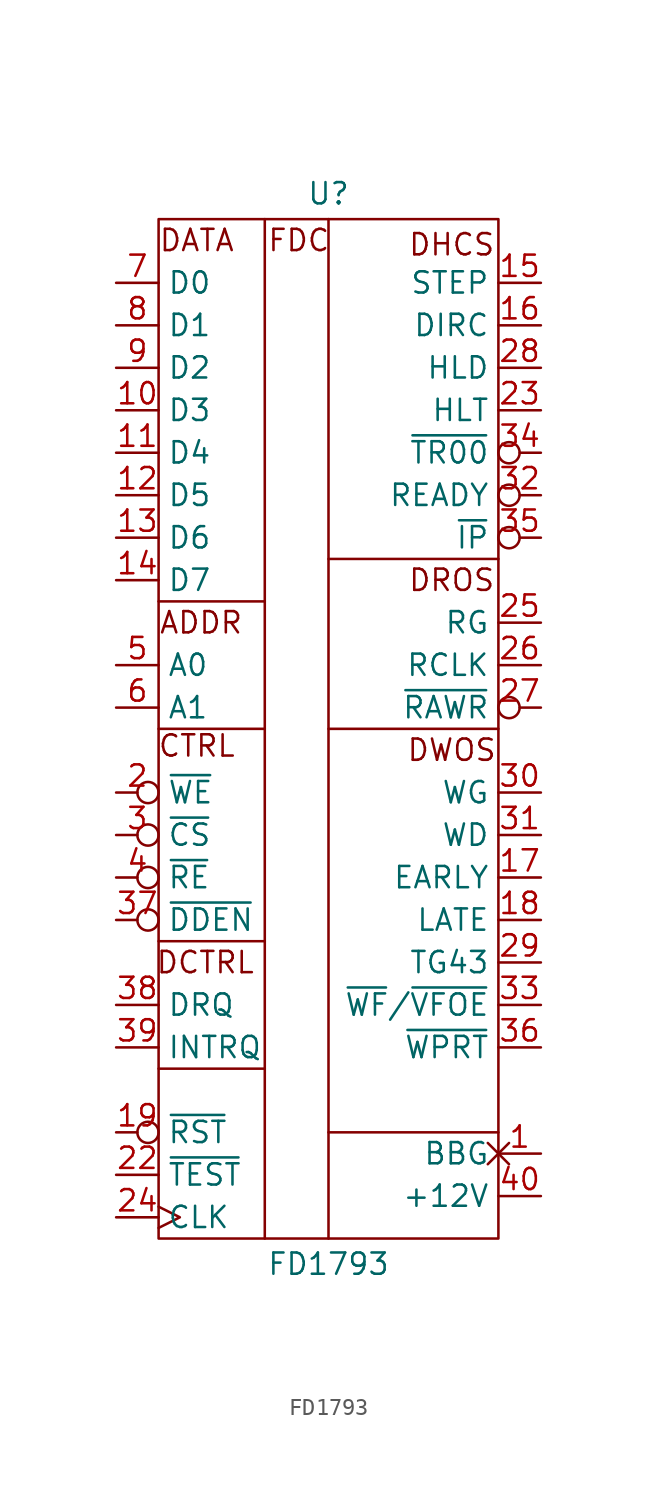
<source format=kicad_sym>
(kicad_symbol_lib
  (version 20231120)
  (generator "kicad_symbol_editor")
  (generator_version "8.0")
  (symbol "FD1793"
    (property "Reference" "U"
      (at 0 32.004 0)
      (effects (font (size 1.27 1.27))))
    (property "Value" "FD1793"
      (at 0 -32.004 0)
      (effects (font (size 1.27 1.27))))
    (symbol "FD1793_0_1"
      (rectangle (start -10.16 30.48) (end 10.16 -30.48) (stroke (width 0) (type default)) (fill (type none)))
      (polyline (pts (xy -10.16 -20.32) (xy -3.81 -20.32)) (stroke (width 0) (type default)) (fill (type none)))
      (polyline (pts (xy -10.16 -12.7) (xy -3.81 -12.7)) (stroke (width 0) (type default)) (fill (type none)))
      (polyline (pts (xy -10.16 0) (xy -3.81 0)) (stroke (width 0) (type default)) (fill (type none)))
      (polyline (pts (xy -10.16 7.62) (xy -3.81 7.62)) (stroke (width 0) (type default)) (fill (type none)))
      (polyline (pts (xy -8.89 -3.81) (xy -8.89 -3.81)) (stroke (width 0) (type default)) (fill (type none)))
      (polyline (pts (xy 10.16 -24.13) (xy 0 -24.13)) (stroke (width 0) (type default)) (fill (type none))))
    (symbol "FD1793_1_1"
      (polyline (pts (xy -3.81 -30.48) (xy -3.81 30.48)) (stroke (width 0) (type default)) (fill (type none)))
      (polyline (pts (xy 0 -30.48) (xy 0 30.48)) (stroke (width 0) (type default)) (fill (type none)))
      (polyline (pts (xy 10.16 0) (xy 0 0)) (stroke (width 0) (type default)) (fill (type none)))
      (polyline (pts (xy 10.16 10.16) (xy 0 10.16)) (stroke (width 0) (type default)) (fill (type none)))
      (text "ADDR" (at -7.62 6.35 0) (effects (font (size 1.27 1.27))))
      (text "CTRL" (at -7.874 -1.016 0) (effects (font (size 1.27 1.27))))
      (text "DATA" (at -7.874 29.21 0) (effects (font (size 1.27 1.27))))
      (text "DCTRL" (at -7.366 -13.97 0) (effects (font (size 1.27 1.27))))
      (text "DHCS" (at 7.366 28.956 0) (effects (font (size 1.27 1.27))))
      (text "DROS" (at 7.366 8.89 0) (effects (font (size 1.27 1.27))))
      (text "DWOS" (at 7.366 -1.27 0) (effects (font (size 1.27 1.27))))
      (text "FDC" (at -1.778 29.21 0) (effects (font (size 1.27 1.27))))
      (pin input non_logic (at 12.7 -25.4 180) (length 2.54) (name "BBG" (effects (font (size 1.27 1.27)))) (number "1" (effects (font (size 1.27 1.27)))))
      (pin bidirectional line (at -12.7 19.05 0) (length 2.54) (name "D3" (effects (font (size 1.27 1.27)))) (number "10" (effects (font (size 1.27 1.27)))))
      (pin bidirectional line (at -12.7 16.51 0) (length 2.54) (name "D4" (effects (font (size 1.27 1.27)))) (number "11" (effects (font (size 1.27 1.27)))))
      (pin bidirectional line (at -12.7 13.97 0) (length 2.54) (name "D5" (effects (font (size 1.27 1.27)))) (number "12" (effects (font (size 1.27 1.27)))))
      (pin bidirectional line (at -12.7 11.43 0) (length 2.54) (name "D6" (effects (font (size 1.27 1.27)))) (number "13" (effects (font (size 1.27 1.27)))))
      (pin bidirectional line (at -12.7 8.89 0) (length 2.54) (name "D7" (effects (font (size 1.27 1.27)))) (number "14" (effects (font (size 1.27 1.27)))))
      (pin output line (at 12.7 26.67 180) (length 2.54) (name "STEP" (effects (font (size 1.27 1.27)))) (number "15" (effects (font (size 1.27 1.27)))))
      (pin output line (at 12.7 24.13 180) (length 2.54) (name "DIRC" (effects (font (size 1.27 1.27)))) (number "16" (effects (font (size 1.27 1.27)))))
      (pin output line (at 12.7 -8.89 180) (length 2.54) (name "EARLY" (effects (font (size 1.27 1.27)))) (number "17" (effects (font (size 1.27 1.27)))))
      (pin output line (at 12.7 -11.43 180) (length 2.54) (name "LATE" (effects (font (size 1.27 1.27)))) (number "18" (effects (font (size 1.27 1.27)))))
      (pin input inverted (at -12.7 -24.13 0) (length 2.54) (name "~{RST}" (effects (font (size 1.27 1.27)))) (number "19" (effects (font (size 1.27 1.27)))))
      (pin input inverted (at -12.7 -3.81 0) (length 2.54) (name "~{WE}" (effects (font (size 1.27 1.27)))) (number "2" (effects (font (size 1.27 1.27)))))
      (pin power_in line (at 10.16 -30.48 180) (length 0) hide (name "GND" (effects (font (size 1.27 1.27)))) (number "20" (effects (font (size 1.27 1.27)))))
      (pin power_in line (at 10.16 30.48 180) (length 0) hide (name "VDD" (effects (font (size 1.27 1.27)))) (number "21" (effects (font (size 1.27 1.27)))))
      (pin input line (at -12.7 -26.67 0) (length 2.54) (name "~{TEST}" (effects (font (size 1.27 1.27)))) (number "22" (effects (font (size 1.27 1.27)))))
      (pin input line (at 12.7 19.05 180) (length 2.54) (name "HLT" (effects (font (size 1.27 1.27)))) (number "23" (effects (font (size 1.27 1.27)))))
      (pin input clock (at -12.7 -29.21 0) (length 2.54) (name "CLK" (effects (font (size 1.27 1.27)))) (number "24" (effects (font (size 1.27 1.27)))))
      (pin output line (at 12.7 6.35 180) (length 2.54) (name "RG" (effects (font (size 1.27 1.27)))) (number "25" (effects (font (size 1.27 1.27)))))
      (pin input line (at 12.7 3.81 180) (length 2.54) (name "RCLK" (effects (font (size 1.27 1.27)))) (number "26" (effects (font (size 1.27 1.27)))))
      (pin input inverted (at 12.7 1.27 180) (length 2.54) (name "~{RAWR}" (effects (font (size 1.27 1.27)))) (number "27" (effects (font (size 1.27 1.27)))))
      (pin output line (at 12.7 21.59 180) (length 2.54) (name "HLD" (effects (font (size 1.27 1.27)))) (number "28" (effects (font (size 1.27 1.27)))))
      (pin output line (at 12.7 -13.97 180) (length 2.54) (name "TG43" (effects (font (size 1.27 1.27)))) (number "29" (effects (font (size 1.27 1.27)))))
      (pin input inverted (at -12.7 -6.35 0) (length 2.54) (name "~{CS}" (effects (font (size 1.27 1.27)))) (number "3" (effects (font (size 1.27 1.27)))))
      (pin output line (at 12.7 -3.81 180) (length 2.54) (name "WG" (effects (font (size 1.27 1.27)))) (number "30" (effects (font (size 1.27 1.27)))))
      (pin output line (at 12.7 -6.35 180) (length 2.54) (name "WD" (effects (font (size 1.27 1.27)))) (number "31" (effects (font (size 1.27 1.27)))))
      (pin input inverted (at 12.7 13.97 180) (length 2.54) (name "READY" (effects (font (size 1.27 1.27)))) (number "32" (effects (font (size 1.27 1.27)))))
      (pin bidirectional line (at 12.7 -16.51 180) (length 2.54) (name "~{WF}/~{VFOE}" (effects (font (size 1.27 1.27)))) (number "33" (effects (font (size 1.27 1.27)))))
      (pin input inverted (at 12.7 16.51 180) (length 2.54) (name "~{TR00}" (effects (font (size 1.27 1.27)))) (number "34" (effects (font (size 1.27 1.27)))))
      (pin input inverted (at 12.7 11.43 180) (length 2.54) (name "~{IP}" (effects (font (size 1.27 1.27)))) (number "35" (effects (font (size 1.27 1.27)))))
      (pin input line (at 12.7 -19.05 180) (length 2.54) (name "~{WPRT}" (effects (font (size 1.27 1.27)))) (number "36" (effects (font (size 1.27 1.27)))))
      (pin input inverted (at -12.7 -11.43 0) (length 2.54) (name "~{DDEN}" (effects (font (size 1.27 1.27)))) (number "37" (effects (font (size 1.27 1.27)))))
      (pin output line (at -12.7 -16.51 0) (length 2.54) (name "DRQ" (effects (font (size 1.27 1.27)))) (number "38" (effects (font (size 1.27 1.27)))))
      (pin output line (at -12.7 -19.05 0) (length 2.54) (name "INTRQ" (effects (font (size 1.27 1.27)))) (number "39" (effects (font (size 1.27 1.27)))))
      (pin input inverted (at -12.7 -8.89 0) (length 2.54) (name "~{RE}" (effects (font (size 1.27 1.27)))) (number "4" (effects (font (size 1.27 1.27)))))
      (pin power_in line (at 12.7 -27.94 180) (length 2.54) (name "+12V" (effects (font (size 1.27 1.27)))) (number "40" (effects (font (size 1.27 1.27)))))
      (pin input line (at -12.7 3.81 0) (length 2.54) (name "A0" (effects (font (size 1.27 1.27)))) (number "5" (effects (font (size 1.27 1.27)))))
      (pin input line (at -12.7 1.27 0) (length 2.54) (name "A1" (effects (font (size 1.27 1.27)))) (number "6" (effects (font (size 1.27 1.27)))))
      (pin bidirectional line (at -12.7 26.67 0) (length 2.54) (name "D0" (effects (font (size 1.27 1.27)))) (number "7" (effects (font (size 1.27 1.27)))))
      (pin bidirectional line (at -12.7 24.13 0) (length 2.54) (name "D1" (effects (font (size 1.27 1.27)))) (number "8" (effects (font (size 1.27 1.27)))))
      (pin bidirectional line (at -12.7 21.59 0) (length 2.54) (name "D2" (effects (font (size 1.27 1.27)))) (number "9" (effects (font (size 1.27 1.27))))))))
</source>
